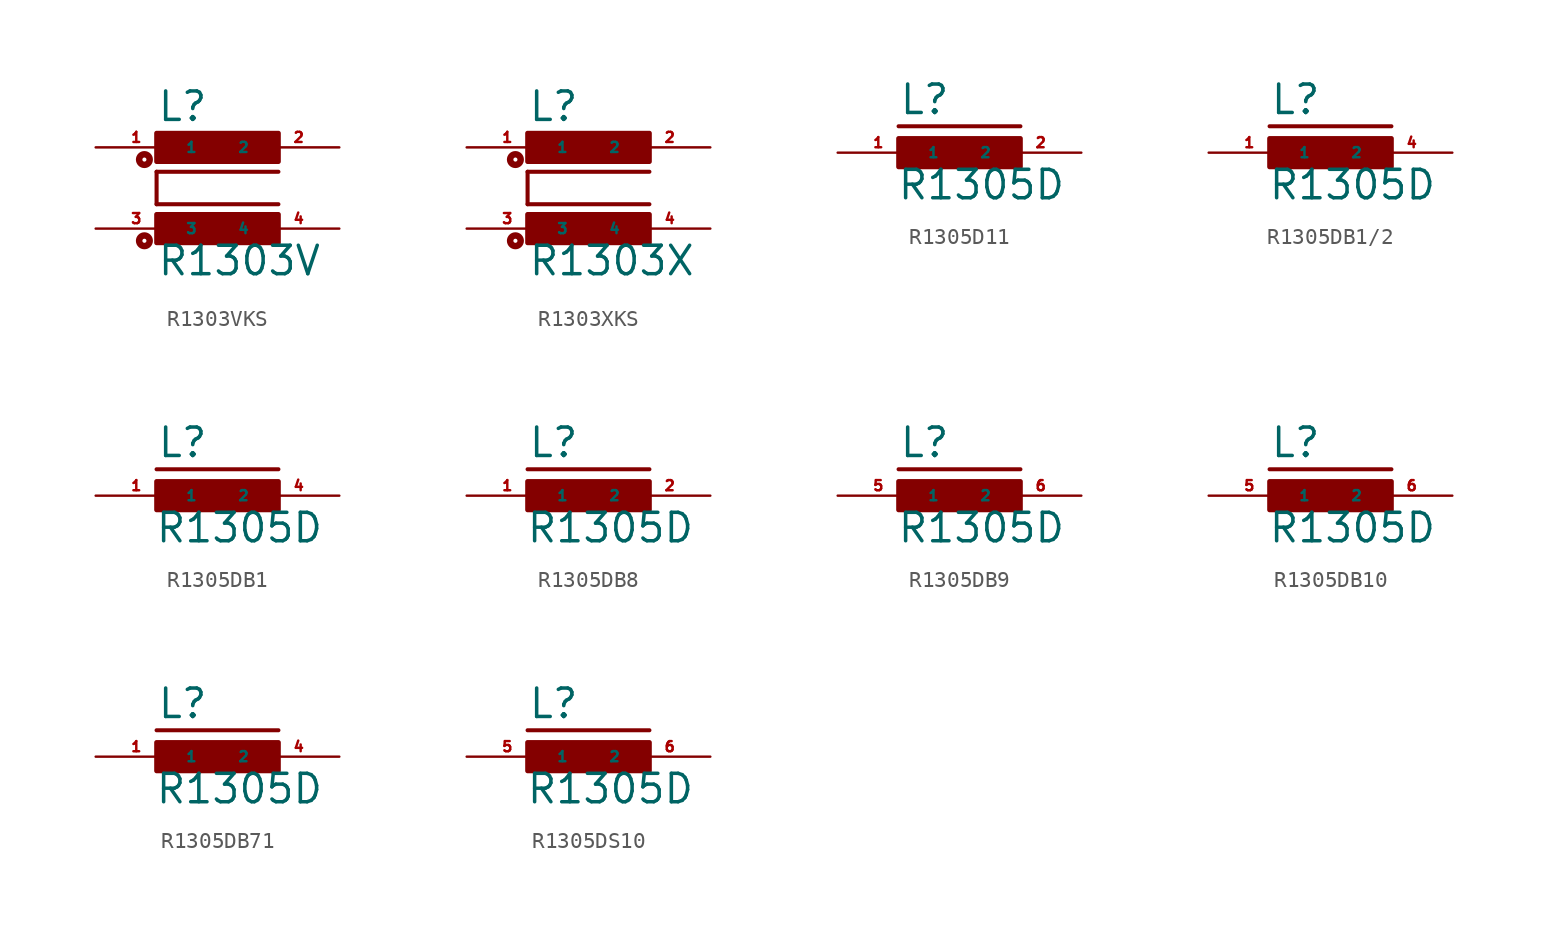
<source format=kicad_sym>
(kicad_symbol_lib
  (version 20220914)
  (generator Eagle2Kicad)
  (symbol "R1303VKS"
    (property "Reference" "L"
      (at -3.81 4.064 0)
      (effects (font (size 1.778 1.778) (thickness 0.22)) (justify left bottom)))
    (property "Value" "R1303V"
      (at -3.81 -5.588 0)
      (effects (font (size 1.778 1.778) (thickness 0.22)) (justify left bottom)))
    (polyline
      (pts (xy 3.81 1.016) (xy -3.81 1.016))
      (stroke (width 0.254) (type default))
      (fill (type none)))
    (polyline
      (pts (xy -3.81 -1.016) (xy -3.81 1.016))
      (stroke (width 0.254) (type default))
      (fill (type none)))
    (polyline
      (pts (xy -3.81 -1.016) (xy 3.81 -1.016))
      (stroke (width 0.254) (type default))
      (fill (type none)))
    (circle
      (center -4.572 -3.302)
      (radius 0.127)
      (stroke (width 0.406) (type default))
      (fill (type none)))
    (circle
      (center -4.572 1.778)
      (radius 0.127)
      (stroke (width 0.406) (type default))
      (fill (type none)))
    (rectangle
      (start -3.81 1.651)
      (end 3.81 3.429)
      (stroke (width 0.3) (type default))
      (fill (type outline)))
    (rectangle
      (start -3.81 -3.429)
      (end 3.81 -1.651)
      (stroke (width 0.3) (type default))
      (fill (type outline)))
    (pin passive line
      (at 7.62 2.54 180)
      (length 5.08)
      (name "2" (effects (font (size 0.635 0.635) (thickness 0.08)) (justify left bottom)))
      (number "2" (effects (font (size 0.635 0.635) (thickness 0.08)) (justify left bottom))))
    (pin passive line
      (at -7.62 2.54 0)
      (length 5.08)
      (name "1" (effects (font (size 0.635 0.635) (thickness 0.08)) (justify left bottom)))
      (number "1" (effects (font (size 0.635 0.635) (thickness 0.08)) (justify left bottom))))
    (pin passive line
      (at -7.62 -2.54 0)
      (length 5.08)
      (name "3" (effects (font (size 0.635 0.635) (thickness 0.08)) (justify left bottom)))
      (number "3" (effects (font (size 0.635 0.635) (thickness 0.08)) (justify left bottom))))
    (pin passive line
      (at 7.62 -2.54 180)
      (length 5.08)
      (name "4" (effects (font (size 0.635 0.635) (thickness 0.08)) (justify left bottom)))
      (number "4" (effects (font (size 0.635 0.635) (thickness 0.08)) (justify left bottom)))))
  (symbol "R1303XKS"
    (property "Reference" "L"
      (at -3.81 4.064 0)
      (effects (font (size 1.778 1.778) (thickness 0.22)) (justify left bottom)))
    (property "Value" "R1303X"
      (at -3.81 -5.588 0)
      (effects (font (size 1.778 1.778) (thickness 0.22)) (justify left bottom)))
    (polyline
      (pts (xy 3.81 1.016) (xy -3.81 1.016))
      (stroke (width 0.254) (type default))
      (fill (type none)))
    (polyline
      (pts (xy -3.81 -1.016) (xy -3.81 1.016))
      (stroke (width 0.254) (type default))
      (fill (type none)))
    (polyline
      (pts (xy -3.81 -1.016) (xy 3.81 -1.016))
      (stroke (width 0.254) (type default))
      (fill (type none)))
    (circle
      (center -4.572 -3.302)
      (radius 0.127)
      (stroke (width 0.406) (type default))
      (fill (type none)))
    (circle
      (center -4.572 1.778)
      (radius 0.127)
      (stroke (width 0.406) (type default))
      (fill (type none)))
    (rectangle
      (start -3.81 1.651)
      (end 3.81 3.429)
      (stroke (width 0.3) (type default))
      (fill (type outline)))
    (rectangle
      (start -3.81 -3.429)
      (end 3.81 -1.651)
      (stroke (width 0.3) (type default))
      (fill (type outline)))
    (pin passive line
      (at 7.62 2.54 180)
      (length 5.08)
      (name "2" (effects (font (size 0.635 0.635) (thickness 0.08)) (justify left bottom)))
      (number "2" (effects (font (size 0.635 0.635) (thickness 0.08)) (justify left bottom))))
    (pin passive line
      (at -7.62 2.54 0)
      (length 5.08)
      (name "1" (effects (font (size 0.635 0.635) (thickness 0.08)) (justify left bottom)))
      (number "1" (effects (font (size 0.635 0.635) (thickness 0.08)) (justify left bottom))))
    (pin passive line
      (at -7.62 -2.54 0)
      (length 5.08)
      (name "3" (effects (font (size 0.635 0.635) (thickness 0.08)) (justify left bottom)))
      (number "3" (effects (font (size 0.635 0.635) (thickness 0.08)) (justify left bottom))))
    (pin passive line
      (at 7.62 -2.54 180)
      (length 5.08)
      (name "4" (effects (font (size 0.635 0.635) (thickness 0.08)) (justify left bottom)))
      (number "4" (effects (font (size 0.635 0.635) (thickness 0.08)) (justify left bottom)))))
  (symbol "R1305D11"
    (property "Reference" "L"
      (at -3.81 2.286 0)
      (effects (font (size 1.778 1.778) (thickness 0.22)) (justify left bottom)))
    (property "Value" "R1305D"
      (at -3.937 -3.048 0)
      (effects (font (size 1.778 1.778) (thickness 0.22)) (justify left bottom)))
    (polyline
      (pts (xy -3.81 1.651) (xy 3.81 1.651))
      (stroke (width 0.254) (type default))
      (fill (type none)))
    (rectangle
      (start -3.81 -0.889)
      (end 3.81 0.889)
      (stroke (width 0.3) (type default))
      (fill (type outline)))
    (pin passive line
      (at 7.62 0 180)
      (length 5.08)
      (name "2" (effects (font (size 0.635 0.635) (thickness 0.08)) (justify left bottom)))
      (number "2" (effects (font (size 0.635 0.635) (thickness 0.08)) (justify left bottom))))
    (pin passive line
      (at -7.62 0 0)
      (length 5.08)
      (name "1" (effects (font (size 0.635 0.635) (thickness 0.08)) (justify left bottom)))
      (number "1" (effects (font (size 0.635 0.635) (thickness 0.08)) (justify left bottom)))))
  (symbol "R1305DB1/2"
    (property "Reference" "L"
      (at -3.81 2.286 0)
      (effects (font (size 1.778 1.778) (thickness 0.22)) (justify left bottom)))
    (property "Value" "R1305D"
      (at -3.937 -3.048 0)
      (effects (font (size 1.778 1.778) (thickness 0.22)) (justify left bottom)))
    (polyline
      (pts (xy -3.81 1.651) (xy 3.81 1.651))
      (stroke (width 0.254) (type default))
      (fill (type none)))
    (rectangle
      (start -3.81 -0.889)
      (end 3.81 0.889)
      (stroke (width 0.3) (type default))
      (fill (type outline)))
    (pin passive line
      (at 7.62 0 180)
      (length 5.08)
      (name "2" (effects (font (size 0.635 0.635) (thickness 0.08)) (justify left bottom)))
      (number "4" (effects (font (size 0.635 0.635) (thickness 0.08)) (justify left bottom))))
    (pin passive line
      (at -7.62 0 0)
      (length 5.08)
      (name "1" (effects (font (size 0.635 0.635) (thickness 0.08)) (justify left bottom)))
      (number "1" (effects (font (size 0.635 0.635) (thickness 0.08)) (justify left bottom)))))
  (symbol "R1305DB1"
    (property "Reference" "L"
      (at -3.81 2.286 0)
      (effects (font (size 1.778 1.778) (thickness 0.22)) (justify left bottom)))
    (property "Value" "R1305D"
      (at -3.937 -3.048 0)
      (effects (font (size 1.778 1.778) (thickness 0.22)) (justify left bottom)))
    (polyline
      (pts (xy -3.81 1.651) (xy 3.81 1.651))
      (stroke (width 0.254) (type default))
      (fill (type none)))
    (rectangle
      (start -3.81 -0.889)
      (end 3.81 0.889)
      (stroke (width 0.3) (type default))
      (fill (type outline)))
    (pin passive line
      (at 7.62 0 180)
      (length 5.08)
      (name "2" (effects (font (size 0.635 0.635) (thickness 0.08)) (justify left bottom)))
      (number "4" (effects (font (size 0.635 0.635) (thickness 0.08)) (justify left bottom))))
    (pin passive line
      (at -7.62 0 0)
      (length 5.08)
      (name "1" (effects (font (size 0.635 0.635) (thickness 0.08)) (justify left bottom)))
      (number "1" (effects (font (size 0.635 0.635) (thickness 0.08)) (justify left bottom)))))
  (symbol "R1305DB8"
    (property "Reference" "L"
      (at -3.81 2.286 0)
      (effects (font (size 1.778 1.778) (thickness 0.22)) (justify left bottom)))
    (property "Value" "R1305D"
      (at -3.937 -3.048 0)
      (effects (font (size 1.778 1.778) (thickness 0.22)) (justify left bottom)))
    (polyline
      (pts (xy -3.81 1.651) (xy 3.81 1.651))
      (stroke (width 0.254) (type default))
      (fill (type none)))
    (rectangle
      (start -3.81 -0.889)
      (end 3.81 0.889)
      (stroke (width 0.3) (type default))
      (fill (type outline)))
    (pin passive line
      (at 7.62 0 180)
      (length 5.08)
      (name "2" (effects (font (size 0.635 0.635) (thickness 0.08)) (justify left bottom)))
      (number "2" (effects (font (size 0.635 0.635) (thickness 0.08)) (justify left bottom))))
    (pin passive line
      (at -7.62 0 0)
      (length 5.08)
      (name "1" (effects (font (size 0.635 0.635) (thickness 0.08)) (justify left bottom)))
      (number "1" (effects (font (size 0.635 0.635) (thickness 0.08)) (justify left bottom)))))
  (symbol "R1305DB9"
    (property "Reference" "L"
      (at -3.81 2.286 0)
      (effects (font (size 1.778 1.778) (thickness 0.22)) (justify left bottom)))
    (property "Value" "R1305D"
      (at -3.937 -3.048 0)
      (effects (font (size 1.778 1.778) (thickness 0.22)) (justify left bottom)))
    (polyline
      (pts (xy -3.81 1.651) (xy 3.81 1.651))
      (stroke (width 0.254) (type default))
      (fill (type none)))
    (rectangle
      (start -3.81 -0.889)
      (end 3.81 0.889)
      (stroke (width 0.3) (type default))
      (fill (type outline)))
    (pin passive line
      (at 7.62 0 180)
      (length 5.08)
      (name "2" (effects (font (size 0.635 0.635) (thickness 0.08)) (justify left bottom)))
      (number "6" (effects (font (size 0.635 0.635) (thickness 0.08)) (justify left bottom))))
    (pin passive line
      (at -7.62 0 0)
      (length 5.08)
      (name "1" (effects (font (size 0.635 0.635) (thickness 0.08)) (justify left bottom)))
      (number "5" (effects (font (size 0.635 0.635) (thickness 0.08)) (justify left bottom)))))
  (symbol "R1305DB10"
    (property "Reference" "L"
      (at -3.81 2.286 0)
      (effects (font (size 1.778 1.778) (thickness 0.22)) (justify left bottom)))
    (property "Value" "R1305D"
      (at -3.937 -3.048 0)
      (effects (font (size 1.778 1.778) (thickness 0.22)) (justify left bottom)))
    (polyline
      (pts (xy -3.81 1.651) (xy 3.81 1.651))
      (stroke (width 0.254) (type default))
      (fill (type none)))
    (rectangle
      (start -3.81 -0.889)
      (end 3.81 0.889)
      (stroke (width 0.3) (type default))
      (fill (type outline)))
    (pin passive line
      (at 7.62 0 180)
      (length 5.08)
      (name "2" (effects (font (size 0.635 0.635) (thickness 0.08)) (justify left bottom)))
      (number "6" (effects (font (size 0.635 0.635) (thickness 0.08)) (justify left bottom))))
    (pin passive line
      (at -7.62 0 0)
      (length 5.08)
      (name "1" (effects (font (size 0.635 0.635) (thickness 0.08)) (justify left bottom)))
      (number "5" (effects (font (size 0.635 0.635) (thickness 0.08)) (justify left bottom)))))
  (symbol "R1305DB71"
    (property "Reference" "L"
      (at -3.81 2.286 0)
      (effects (font (size 1.778 1.778) (thickness 0.22)) (justify left bottom)))
    (property "Value" "R1305D"
      (at -3.937 -3.048 0)
      (effects (font (size 1.778 1.778) (thickness 0.22)) (justify left bottom)))
    (polyline
      (pts (xy -3.81 1.651) (xy 3.81 1.651))
      (stroke (width 0.254) (type default))
      (fill (type none)))
    (rectangle
      (start -3.81 -0.889)
      (end 3.81 0.889)
      (stroke (width 0.3) (type default))
      (fill (type outline)))
    (pin passive line
      (at 7.62 0 180)
      (length 5.08)
      (name "2" (effects (font (size 0.635 0.635) (thickness 0.08)) (justify left bottom)))
      (number "4" (effects (font (size 0.635 0.635) (thickness 0.08)) (justify left bottom))))
    (pin passive line
      (at -7.62 0 0)
      (length 5.08)
      (name "1" (effects (font (size 0.635 0.635) (thickness 0.08)) (justify left bottom)))
      (number "1" (effects (font (size 0.635 0.635) (thickness 0.08)) (justify left bottom)))))
  (symbol "R1305DS10"
    (property "Reference" "L"
      (at -3.81 2.286 0)
      (effects (font (size 1.778 1.778) (thickness 0.22)) (justify left bottom)))
    (property "Value" "R1305D"
      (at -3.937 -3.048 0)
      (effects (font (size 1.778 1.778) (thickness 0.22)) (justify left bottom)))
    (polyline
      (pts (xy -3.81 1.651) (xy 3.81 1.651))
      (stroke (width 0.254) (type default))
      (fill (type none)))
    (rectangle
      (start -3.81 -0.889)
      (end 3.81 0.889)
      (stroke (width 0.3) (type default))
      (fill (type outline)))
    (pin passive line
      (at 7.62 0 180)
      (length 5.08)
      (name "2" (effects (font (size 0.635 0.635) (thickness 0.08)) (justify left bottom)))
      (number "6" (effects (font (size 0.635 0.635) (thickness 0.08)) (justify left bottom))))
    (pin passive line
      (at -7.62 0 0)
      (length 5.08)
      (name "1" (effects (font (size 0.635 0.635) (thickness 0.08)) (justify left bottom)))
      (number "5" (effects (font (size 0.635 0.635) (thickness 0.08)) (justify left bottom))))))
</source>
